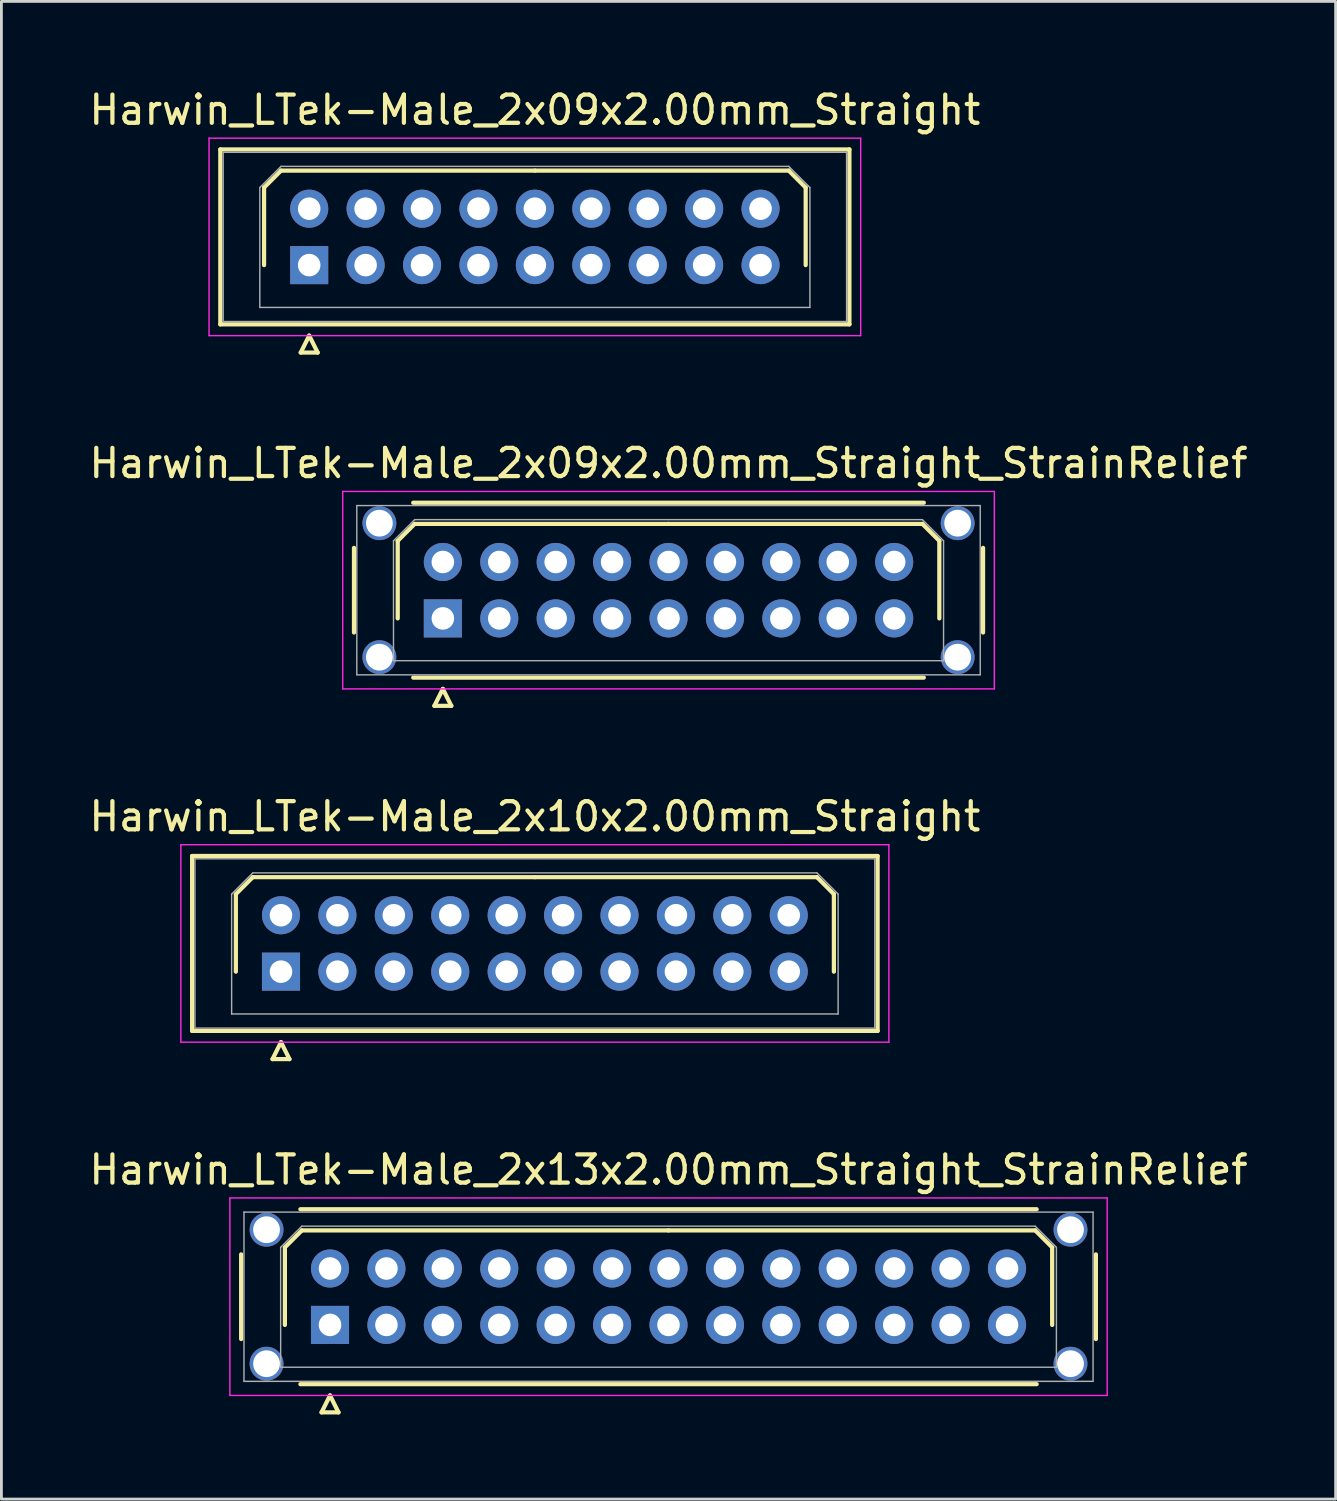
<source format=kicad_pcb>
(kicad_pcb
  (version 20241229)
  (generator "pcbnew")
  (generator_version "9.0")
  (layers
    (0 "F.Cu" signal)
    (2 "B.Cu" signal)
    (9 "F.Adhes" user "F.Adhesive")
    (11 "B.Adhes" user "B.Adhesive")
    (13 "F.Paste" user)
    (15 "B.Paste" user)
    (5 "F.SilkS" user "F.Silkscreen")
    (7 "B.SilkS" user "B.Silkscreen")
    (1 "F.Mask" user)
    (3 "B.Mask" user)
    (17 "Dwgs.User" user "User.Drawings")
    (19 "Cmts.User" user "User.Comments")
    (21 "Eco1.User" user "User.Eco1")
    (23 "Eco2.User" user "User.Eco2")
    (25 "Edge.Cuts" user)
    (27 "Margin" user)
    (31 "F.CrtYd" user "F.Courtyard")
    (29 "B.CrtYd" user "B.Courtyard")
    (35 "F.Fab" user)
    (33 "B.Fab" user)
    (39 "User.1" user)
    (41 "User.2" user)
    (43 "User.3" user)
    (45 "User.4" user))
  (footprint "Harwin_LTek-Male_2x13x2.00mm_Straight_StrainRelief"
    (layer "F.Cu")
    (at 8.649 43.918)
    (property "Reference" "Harwin_LTek-Male_2x13x2.00mm_Straight_StrainRelief" (at 12 -5.5 0) (layer "F.SilkS") (effects (font (size 1 1) (thickness 0.15))))
    (attr through_hole)
    (fp_line (start -3.15 -2.5) (end -3.15 0.5) (stroke (width 0.15) (type solid)) (layer "F.SilkS"))
    (fp_line (start -1.6 -2.75) (end -1 -3.35) (stroke (width 0.15) (type solid)) (layer "F.SilkS"))
    (fp_line (start -1.6 0) (end -1.6 -2.75) (stroke (width 0.15) (type solid)) (layer "F.SilkS"))
    (fp_line (start -1.05 -4.1) (end 25.05 -4.1) (stroke (width 0.15) (type solid)) (layer "F.SilkS"))
    (fp_line (start -1.05 2.1) (end 25.05 2.1) (stroke (width 0.15) (type solid)) (layer "F.SilkS"))
    (fp_line (start -1 -3.35) (end 12 -3.35) (stroke (width 0.15) (type solid)) (layer "F.SilkS"))
    (fp_line (start -0.3 3.1) (end 0.3 3.1) (stroke (width 0.15) (type solid)) (layer "F.SilkS"))
    (fp_line (start 0 2.5) (end -0.3 3.1) (stroke (width 0.15) (type solid)) (layer "F.SilkS"))
    (fp_line (start 0.3 3.1) (end 0 2.5) (stroke (width 0.15) (type solid)) (layer "F.SilkS"))
    (fp_line (start 25 -3.35) (end 12 -3.35) (stroke (width 0.15) (type solid)) (layer "F.SilkS"))
    (fp_line (start 25.6 -2.75) (end 25 -3.35) (stroke (width 0.15) (type solid)) (layer "F.SilkS"))
    (fp_line (start 25.6 0) (end 25.6 -2.75) (stroke (width 0.15) (type solid)) (layer "F.SilkS"))
    (fp_line (start 27.15 -2.5) (end 27.15 0.5) (stroke (width 0.15) (type solid)) (layer "F.SilkS"))
    (fp_line (start -3.55 -4.5) (end -3.55 2.5) (stroke (width 0.05) (type solid)) (layer "F.CrtYd"))
    (fp_line (start -3.55 2.5) (end 27.55 2.5) (stroke (width 0.05) (type solid)) (layer "F.CrtYd"))
    (fp_line (start 27.55 -4.5) (end -3.55 -4.5) (stroke (width 0.05) (type solid)) (layer "F.CrtYd"))
    (fp_line (start 27.55 2.5) (end 27.55 -4.5) (stroke (width 0.05) (type solid)) (layer "F.CrtYd"))
    (fp_line (start -3.05 -4) (end -3.05 2) (stroke (width 0.05) (type solid)) (layer "F.Fab"))
    (fp_line (start -3.05 2) (end 27.05 2) (stroke (width 0.05) (type solid)) (layer "F.Fab"))
    (fp_line (start -1.75 -2.75) (end -1 -3.5) (stroke (width 0.05) (type solid)) (layer "F.Fab"))
    (fp_line (start -1.75 1.5) (end -1.75 -2.75) (stroke (width 0.05) (type solid)) (layer "F.Fab"))
    (fp_line (start -1 -3.5) (end 25 -3.5) (stroke (width 0.05) (type solid)) (layer "F.Fab"))
    (fp_line (start 25 -3.5) (end 25.75 -2.75) (stroke (width 0.05) (type solid)) (layer "F.Fab"))
    (fp_line (start 25.75 -2.75) (end 25.75 1.5) (stroke (width 0.05) (type solid)) (layer "F.Fab"))
    (fp_line (start 25.75 1.5) (end -1.75 1.5) (stroke (width 0.05) (type solid)) (layer "F.Fab"))
    (fp_line (start 27.05 -4) (end -3.05 -4) (stroke (width 0.05) (type solid)) (layer "F.Fab"))
    (fp_line (start 27.05 2) (end 27.05 -4) (stroke (width 0.05) (type solid)) (layer "F.Fab"))
    (pad "" thru_hole circle (at -2.25 -3.375) (size 1.2 1.2) (drill 0.95) (layers "*.Cu" "*.Mask"))
    (pad "" thru_hole circle (at -2.25 1.375) (size 1.2 1.2) (drill 0.95) (layers "*.Cu" "*.Mask"))
    (pad "" thru_hole circle (at 26.25 -3.375) (size 1.2 1.2) (drill 0.95) (layers "*.Cu" "*.Mask"))
    (pad "" thru_hole circle (at 26.25 1.375) (size 1.2 1.2) (drill 0.95) (layers "*.Cu" "*.Mask"))
    (pad "1" thru_hole rect (at 0 0) (size 1.35 1.35) (drill 0.8) (layers "*.Cu" "*.Mask"))
    (pad "2" thru_hole circle (at 0 -2) (size 1.35 1.35) (drill 0.8) (layers "*.Cu" "*.Mask"))
    (pad "3" thru_hole circle (at 2 0) (size 1.35 1.35) (drill 0.8) (layers "*.Cu" "*.Mask"))
    (pad "4" thru_hole circle (at 2 -2) (size 1.35 1.35) (drill 0.8) (layers "*.Cu" "*.Mask"))
    (pad "5" thru_hole circle (at 4 0) (size 1.35 1.35) (drill 0.8) (layers "*.Cu" "*.Mask"))
    (pad "6" thru_hole circle (at 4 -2) (size 1.35 1.35) (drill 0.8) (layers "*.Cu" "*.Mask"))
    (pad "7" thru_hole circle (at 6 0) (size 1.35 1.35) (drill 0.8) (layers "*.Cu" "*.Mask"))
    (pad "8" thru_hole circle (at 6 -2) (size 1.35 1.35) (drill 0.8) (layers "*.Cu" "*.Mask"))
    (pad "9" thru_hole circle (at 8 0) (size 1.35 1.35) (drill 0.8) (layers "*.Cu" "*.Mask"))
    (pad "10" thru_hole circle (at 8 -2) (size 1.35 1.35) (drill 0.8) (layers "*.Cu" "*.Mask"))
    (pad "11" thru_hole circle (at 10 0) (size 1.35 1.35) (drill 0.8) (layers "*.Cu" "*.Mask"))
    (pad "12" thru_hole circle (at 10 -2) (size 1.35 1.35) (drill 0.8) (layers "*.Cu" "*.Mask"))
    (pad "13" thru_hole circle (at 12 0) (size 1.35 1.35) (drill 0.8) (layers "*.Cu" "*.Mask"))
    (pad "14" thru_hole circle (at 12 -2) (size 1.35 1.35) (drill 0.8) (layers "*.Cu" "*.Mask"))
    (pad "15" thru_hole circle (at 14 0) (size 1.35 1.35) (drill 0.8) (layers "*.Cu" "*.Mask"))
    (pad "16" thru_hole circle (at 14 -2) (size 1.35 1.35) (drill 0.8) (layers "*.Cu" "*.Mask"))
    (pad "17" thru_hole circle (at 16 0) (size 1.35 1.35) (drill 0.8) (layers "*.Cu" "*.Mask"))
    (pad "18" thru_hole circle (at 16 -2) (size 1.35 1.35) (drill 0.8) (layers "*.Cu" "*.Mask"))
    (pad "19" thru_hole circle (at 18 0) (size 1.35 1.35) (drill 0.8) (layers "*.Cu" "*.Mask"))
    (pad "20" thru_hole circle (at 18 -2) (size 1.35 1.35) (drill 0.8) (layers "*.Cu" "*.Mask"))
    (pad "21" thru_hole circle (at 20 0) (size 1.35 1.35) (drill 0.8) (layers "*.Cu" "*.Mask"))
    (pad "22" thru_hole circle (at 20 -2) (size 1.35 1.35) (drill 0.8) (layers "*.Cu" "*.Mask"))
    (pad "23" thru_hole circle (at 22 0) (size 1.35 1.35) (drill 0.8) (layers "*.Cu" "*.Mask"))
    (pad "24" thru_hole circle (at 22 -2) (size 1.35 1.35) (drill 0.8) (layers "*.Cu" "*.Mask"))
    (pad "25" thru_hole circle (at 24 0) (size 1.35 1.35) (drill 0.8) (layers "*.Cu" "*.Mask"))
    (pad "26" thru_hole circle (at 24 -2) (size 1.35 1.35) (drill 0.8) (layers "*.Cu" "*.Mask")))
  (footprint "Harwin_LTek-Male_2x10x2.00mm_Straight"
    (layer "F.Cu")
    (at 6.911 31.395)
    (property "Reference" "Harwin_LTek-Male_2x10x2.00mm_Straight" (at 9 -5.5 0) (layer "F.SilkS") (effects (font (size 1 1) (thickness 0.15))))
    (attr through_hole)
    (fp_line (start -3.15 -4.1) (end -3.15 2.1) (stroke (width 0.15) (type solid)) (layer "F.SilkS"))
    (fp_line (start -3.15 2.1) (end 21.15 2.1) (stroke (width 0.15) (type solid)) (layer "F.SilkS"))
    (fp_line (start -1.6 -2.75) (end -1 -3.35) (stroke (width 0.15) (type solid)) (layer "F.SilkS"))
    (fp_line (start -1.6 0) (end -1.6 -2.75) (stroke (width 0.15) (type solid)) (layer "F.SilkS"))
    (fp_line (start -1 -3.35) (end 9 -3.35) (stroke (width 0.15) (type solid)) (layer "F.SilkS"))
    (fp_line (start -0.3 3.1) (end 0.3 3.1) (stroke (width 0.15) (type solid)) (layer "F.SilkS"))
    (fp_line (start 0 2.5) (end -0.3 3.1) (stroke (width 0.15) (type solid)) (layer "F.SilkS"))
    (fp_line (start 0.3 3.1) (end 0 2.5) (stroke (width 0.15) (type solid)) (layer "F.SilkS"))
    (fp_line (start 19 -3.35) (end 9 -3.35) (stroke (width 0.15) (type solid)) (layer "F.SilkS"))
    (fp_line (start 19.6 -2.75) (end 19 -3.35) (stroke (width 0.15) (type solid)) (layer "F.SilkS"))
    (fp_line (start 19.6 0) (end 19.6 -2.75) (stroke (width 0.15) (type solid)) (layer "F.SilkS"))
    (fp_line (start 21.15 -4.1) (end -3.15 -4.1) (stroke (width 0.15) (type solid)) (layer "F.SilkS"))
    (fp_line (start 21.15 2.1) (end 21.15 -4.1) (stroke (width 0.15) (type solid)) (layer "F.SilkS"))
    (fp_line (start -3.55 -4.5) (end -3.55 2.5) (stroke (width 0.05) (type solid)) (layer "F.CrtYd"))
    (fp_line (start -3.55 2.5) (end 21.55 2.5) (stroke (width 0.05) (type solid)) (layer "F.CrtYd"))
    (fp_line (start 21.55 -4.5) (end -3.55 -4.5) (stroke (width 0.05) (type solid)) (layer "F.CrtYd"))
    (fp_line (start 21.55 2.5) (end 21.55 -4.5) (stroke (width 0.05) (type solid)) (layer "F.CrtYd"))
    (fp_line (start -3.05 -4) (end -3.05 2) (stroke (width 0.05) (type solid)) (layer "F.Fab"))
    (fp_line (start -3.05 2) (end 21.05 2) (stroke (width 0.05) (type solid)) (layer "F.Fab"))
    (fp_line (start -1.75 -2.75) (end -1 -3.5) (stroke (width 0.05) (type solid)) (layer "F.Fab"))
    (fp_line (start -1.75 1.5) (end -1.75 -2.75) (stroke (width 0.05) (type solid)) (layer "F.Fab"))
    (fp_line (start -1 -3.5) (end 19 -3.5) (stroke (width 0.05) (type solid)) (layer "F.Fab"))
    (fp_line (start 19 -3.5) (end 19.75 -2.75) (stroke (width 0.05) (type solid)) (layer "F.Fab"))
    (fp_line (start 19.75 -2.75) (end 19.75 1.5) (stroke (width 0.05) (type solid)) (layer "F.Fab"))
    (fp_line (start 19.75 1.5) (end -1.75 1.5) (stroke (width 0.05) (type solid)) (layer "F.Fab"))
    (fp_line (start 21.05 -4) (end -3.05 -4) (stroke (width 0.05) (type solid)) (layer "F.Fab"))
    (fp_line (start 21.05 2) (end 21.05 -4) (stroke (width 0.05) (type solid)) (layer "F.Fab"))
    (pad "1" thru_hole rect (at 0 0) (size 1.35 1.35) (drill 0.8) (layers "*.Cu" "*.Mask"))
    (pad "2" thru_hole circle (at 0 -2) (size 1.35 1.35) (drill 0.8) (layers "*.Cu" "*.Mask"))
    (pad "3" thru_hole circle (at 2 0) (size 1.35 1.35) (drill 0.8) (layers "*.Cu" "*.Mask"))
    (pad "4" thru_hole circle (at 2 -2) (size 1.35 1.35) (drill 0.8) (layers "*.Cu" "*.Mask"))
    (pad "5" thru_hole circle (at 4 0) (size 1.35 1.35) (drill 0.8) (layers "*.Cu" "*.Mask"))
    (pad "6" thru_hole circle (at 4 -2) (size 1.35 1.35) (drill 0.8) (layers "*.Cu" "*.Mask"))
    (pad "7" thru_hole circle (at 6 0) (size 1.35 1.35) (drill 0.8) (layers "*.Cu" "*.Mask"))
    (pad "8" thru_hole circle (at 6 -2) (size 1.35 1.35) (drill 0.8) (layers "*.Cu" "*.Mask"))
    (pad "9" thru_hole circle (at 8 0) (size 1.35 1.35) (drill 0.8) (layers "*.Cu" "*.Mask"))
    (pad "10" thru_hole circle (at 8 -2) (size 1.35 1.35) (drill 0.8) (layers "*.Cu" "*.Mask"))
    (pad "11" thru_hole circle (at 10 0) (size 1.35 1.35) (drill 0.8) (layers "*.Cu" "*.Mask"))
    (pad "12" thru_hole circle (at 10 -2) (size 1.35 1.35) (drill 0.8) (layers "*.Cu" "*.Mask"))
    (pad "13" thru_hole circle (at 12 0) (size 1.35 1.35) (drill 0.8) (layers "*.Cu" "*.Mask"))
    (pad "14" thru_hole circle (at 12 -2) (size 1.35 1.35) (drill 0.8) (layers "*.Cu" "*.Mask"))
    (pad "15" thru_hole circle (at 14 0) (size 1.35 1.35) (drill 0.8) (layers "*.Cu" "*.Mask"))
    (pad "16" thru_hole circle (at 14 -2) (size 1.35 1.35) (drill 0.8) (layers "*.Cu" "*.Mask"))
    (pad "17" thru_hole circle (at 16 0) (size 1.35 1.35) (drill 0.8) (layers "*.Cu" "*.Mask"))
    (pad "18" thru_hole circle (at 16 -2) (size 1.35 1.35) (drill 0.8) (layers "*.Cu" "*.Mask"))
    (pad "19" thru_hole circle (at 18 0) (size 1.35 1.35) (drill 0.8) (layers "*.Cu" "*.Mask"))
    (pad "20" thru_hole circle (at 18 -2) (size 1.35 1.35) (drill 0.8) (layers "*.Cu" "*.Mask")))
  (footprint "Harwin_LTek-Male_2x09x2.00mm_Straight_StrainRelief"
    (layer "F.Cu")
    (at 12.649 18.872)
    (property "Reference" "Harwin_LTek-Male_2x09x2.00mm_Straight_StrainRelief" (at 8 -5.5 0) (layer "F.SilkS") (effects (font (size 1 1) (thickness 0.15))))
    (attr through_hole)
    (fp_line (start -3.15 -2.5) (end -3.15 0.5) (stroke (width 0.15) (type solid)) (layer "F.SilkS"))
    (fp_line (start -1.6 -2.75) (end -1 -3.35) (stroke (width 0.15) (type solid)) (layer "F.SilkS"))
    (fp_line (start -1.6 0) (end -1.6 -2.75) (stroke (width 0.15) (type solid)) (layer "F.SilkS"))
    (fp_line (start -1.05 -4.1) (end 17.05 -4.1) (stroke (width 0.15) (type solid)) (layer "F.SilkS"))
    (fp_line (start -1.05 2.1) (end 17.05 2.1) (stroke (width 0.15) (type solid)) (layer "F.SilkS"))
    (fp_line (start -1 -3.35) (end 8 -3.35) (stroke (width 0.15) (type solid)) (layer "F.SilkS"))
    (fp_line (start -0.3 3.1) (end 0.3 3.1) (stroke (width 0.15) (type solid)) (layer "F.SilkS"))
    (fp_line (start 0 2.5) (end -0.3 3.1) (stroke (width 0.15) (type solid)) (layer "F.SilkS"))
    (fp_line (start 0.3 3.1) (end 0 2.5) (stroke (width 0.15) (type solid)) (layer "F.SilkS"))
    (fp_line (start 17 -3.35) (end 8 -3.35) (stroke (width 0.15) (type solid)) (layer "F.SilkS"))
    (fp_line (start 17.6 -2.75) (end 17 -3.35) (stroke (width 0.15) (type solid)) (layer "F.SilkS"))
    (fp_line (start 17.6 0) (end 17.6 -2.75) (stroke (width 0.15) (type solid)) (layer "F.SilkS"))
    (fp_line (start 19.15 -2.5) (end 19.15 0.5) (stroke (width 0.15) (type solid)) (layer "F.SilkS"))
    (fp_line (start -3.55 -4.5) (end -3.55 2.5) (stroke (width 0.05) (type solid)) (layer "F.CrtYd"))
    (fp_line (start -3.55 2.5) (end 19.55 2.5) (stroke (width 0.05) (type solid)) (layer "F.CrtYd"))
    (fp_line (start 19.55 -4.5) (end -3.55 -4.5) (stroke (width 0.05) (type solid)) (layer "F.CrtYd"))
    (fp_line (start 19.55 2.5) (end 19.55 -4.5) (stroke (width 0.05) (type solid)) (layer "F.CrtYd"))
    (fp_line (start -3.05 -4) (end -3.05 2) (stroke (width 0.05) (type solid)) (layer "F.Fab"))
    (fp_line (start -3.05 2) (end 19.05 2) (stroke (width 0.05) (type solid)) (layer "F.Fab"))
    (fp_line (start -1.75 -2.75) (end -1 -3.5) (stroke (width 0.05) (type solid)) (layer "F.Fab"))
    (fp_line (start -1.75 1.5) (end -1.75 -2.75) (stroke (width 0.05) (type solid)) (layer "F.Fab"))
    (fp_line (start -1 -3.5) (end 17 -3.5) (stroke (width 0.05) (type solid)) (layer "F.Fab"))
    (fp_line (start 17 -3.5) (end 17.75 -2.75) (stroke (width 0.05) (type solid)) (layer "F.Fab"))
    (fp_line (start 17.75 -2.75) (end 17.75 1.5) (stroke (width 0.05) (type solid)) (layer "F.Fab"))
    (fp_line (start 17.75 1.5) (end -1.75 1.5) (stroke (width 0.05) (type solid)) (layer "F.Fab"))
    (fp_line (start 19.05 -4) (end -3.05 -4) (stroke (width 0.05) (type solid)) (layer "F.Fab"))
    (fp_line (start 19.05 2) (end 19.05 -4) (stroke (width 0.05) (type solid)) (layer "F.Fab"))
    (pad "" thru_hole circle (at -2.25 -3.375) (size 1.2 1.2) (drill 0.95) (layers "*.Cu" "*.Mask"))
    (pad "" thru_hole circle (at -2.25 1.375) (size 1.2 1.2) (drill 0.95) (layers "*.Cu" "*.Mask"))
    (pad "" thru_hole circle (at 18.25 -3.375) (size 1.2 1.2) (drill 0.95) (layers "*.Cu" "*.Mask"))
    (pad "" thru_hole circle (at 18.25 1.375) (size 1.2 1.2) (drill 0.95) (layers "*.Cu" "*.Mask"))
    (pad "1" thru_hole rect (at 0 0) (size 1.35 1.35) (drill 0.8) (layers "*.Cu" "*.Mask"))
    (pad "2" thru_hole circle (at 0 -2) (size 1.35 1.35) (drill 0.8) (layers "*.Cu" "*.Mask"))
    (pad "3" thru_hole circle (at 2 0) (size 1.35 1.35) (drill 0.8) (layers "*.Cu" "*.Mask"))
    (pad "4" thru_hole circle (at 2 -2) (size 1.35 1.35) (drill 0.8) (layers "*.Cu" "*.Mask"))
    (pad "5" thru_hole circle (at 4 0) (size 1.35 1.35) (drill 0.8) (layers "*.Cu" "*.Mask"))
    (pad "6" thru_hole circle (at 4 -2) (size 1.35 1.35) (drill 0.8) (layers "*.Cu" "*.Mask"))
    (pad "7" thru_hole circle (at 6 0) (size 1.35 1.35) (drill 0.8) (layers "*.Cu" "*.Mask"))
    (pad "8" thru_hole circle (at 6 -2) (size 1.35 1.35) (drill 0.8) (layers "*.Cu" "*.Mask"))
    (pad "9" thru_hole circle (at 8 0) (size 1.35 1.35) (drill 0.8) (layers "*.Cu" "*.Mask"))
    (pad "10" thru_hole circle (at 8 -2) (size 1.35 1.35) (drill 0.8) (layers "*.Cu" "*.Mask"))
    (pad "11" thru_hole circle (at 10 0) (size 1.35 1.35) (drill 0.8) (layers "*.Cu" "*.Mask"))
    (pad "12" thru_hole circle (at 10 -2) (size 1.35 1.35) (drill 0.8) (layers "*.Cu" "*.Mask"))
    (pad "13" thru_hole circle (at 12 0) (size 1.35 1.35) (drill 0.8) (layers "*.Cu" "*.Mask"))
    (pad "14" thru_hole circle (at 12 -2) (size 1.35 1.35) (drill 0.8) (layers "*.Cu" "*.Mask"))
    (pad "15" thru_hole circle (at 14 0) (size 1.35 1.35) (drill 0.8) (layers "*.Cu" "*.Mask"))
    (pad "16" thru_hole circle (at 14 -2) (size 1.35 1.35) (drill 0.8) (layers "*.Cu" "*.Mask"))
    (pad "17" thru_hole circle (at 16 0) (size 1.35 1.35) (drill 0.8) (layers "*.Cu" "*.Mask"))
    (pad "18" thru_hole circle (at 16 -2) (size 1.35 1.35) (drill 0.8) (layers "*.Cu" "*.Mask")))
  (footprint "Harwin_LTek-Male_2x09x2.00mm_Straight"
    (layer "F.Cu")
    (at 7.911 6.348)
    (property "Reference" "Harwin_LTek-Male_2x09x2.00mm_Straight" (at 8 -5.5 0) (layer "F.SilkS") (effects (font (size 1 1) (thickness 0.15))))
    (attr through_hole)
    (fp_line (start -3.15 -4.1) (end -3.15 2.1) (stroke (width 0.15) (type solid)) (layer "F.SilkS"))
    (fp_line (start -3.15 2.1) (end 19.15 2.1) (stroke (width 0.15) (type solid)) (layer "F.SilkS"))
    (fp_line (start -1.6 -2.75) (end -1 -3.35) (stroke (width 0.15) (type solid)) (layer "F.SilkS"))
    (fp_line (start -1.6 0) (end -1.6 -2.75) (stroke (width 0.15) (type solid)) (layer "F.SilkS"))
    (fp_line (start -1 -3.35) (end 8 -3.35) (stroke (width 0.15) (type solid)) (layer "F.SilkS"))
    (fp_line (start -0.3 3.1) (end 0.3 3.1) (stroke (width 0.15) (type solid)) (layer "F.SilkS"))
    (fp_line (start 0 2.5) (end -0.3 3.1) (stroke (width 0.15) (type solid)) (layer "F.SilkS"))
    (fp_line (start 0.3 3.1) (end 0 2.5) (stroke (width 0.15) (type solid)) (layer "F.SilkS"))
    (fp_line (start 17 -3.35) (end 8 -3.35) (stroke (width 0.15) (type solid)) (layer "F.SilkS"))
    (fp_line (start 17.6 -2.75) (end 17 -3.35) (stroke (width 0.15) (type solid)) (layer "F.SilkS"))
    (fp_line (start 17.6 0) (end 17.6 -2.75) (stroke (width 0.15) (type solid)) (layer "F.SilkS"))
    (fp_line (start 19.15 -4.1) (end -3.15 -4.1) (stroke (width 0.15) (type solid)) (layer "F.SilkS"))
    (fp_line (start 19.15 2.1) (end 19.15 -4.1) (stroke (width 0.15) (type solid)) (layer "F.SilkS"))
    (fp_line (start -3.55 -4.5) (end -3.55 2.5) (stroke (width 0.05) (type solid)) (layer "F.CrtYd"))
    (fp_line (start -3.55 2.5) (end 19.55 2.5) (stroke (width 0.05) (type solid)) (layer "F.CrtYd"))
    (fp_line (start 19.55 -4.5) (end -3.55 -4.5) (stroke (width 0.05) (type solid)) (layer "F.CrtYd"))
    (fp_line (start 19.55 2.5) (end 19.55 -4.5) (stroke (width 0.05) (type solid)) (layer "F.CrtYd"))
    (fp_line (start -3.05 -4) (end -3.05 2) (stroke (width 0.05) (type solid)) (layer "F.Fab"))
    (fp_line (start -3.05 2) (end 19.05 2) (stroke (width 0.05) (type solid)) (layer "F.Fab"))
    (fp_line (start -1.75 -2.75) (end -1 -3.5) (stroke (width 0.05) (type solid)) (layer "F.Fab"))
    (fp_line (start -1.75 1.5) (end -1.75 -2.75) (stroke (width 0.05) (type solid)) (layer "F.Fab"))
    (fp_line (start -1 -3.5) (end 17 -3.5) (stroke (width 0.05) (type solid)) (layer "F.Fab"))
    (fp_line (start 17 -3.5) (end 17.75 -2.75) (stroke (width 0.05) (type solid)) (layer "F.Fab"))
    (fp_line (start 17.75 -2.75) (end 17.75 1.5) (stroke (width 0.05) (type solid)) (layer "F.Fab"))
    (fp_line (start 17.75 1.5) (end -1.75 1.5) (stroke (width 0.05) (type solid)) (layer "F.Fab"))
    (fp_line (start 19.05 -4) (end -3.05 -4) (stroke (width 0.05) (type solid)) (layer "F.Fab"))
    (fp_line (start 19.05 2) (end 19.05 -4) (stroke (width 0.05) (type solid)) (layer "F.Fab"))
    (pad "1" thru_hole rect (at 0 0) (size 1.35 1.35) (drill 0.8) (layers "*.Cu" "*.Mask"))
    (pad "2" thru_hole circle (at 0 -2) (size 1.35 1.35) (drill 0.8) (layers "*.Cu" "*.Mask"))
    (pad "3" thru_hole circle (at 2 0) (size 1.35 1.35) (drill 0.8) (layers "*.Cu" "*.Mask"))
    (pad "4" thru_hole circle (at 2 -2) (size 1.35 1.35) (drill 0.8) (layers "*.Cu" "*.Mask"))
    (pad "5" thru_hole circle (at 4 0) (size 1.35 1.35) (drill 0.8) (layers "*.Cu" "*.Mask"))
    (pad "6" thru_hole circle (at 4 -2) (size 1.35 1.35) (drill 0.8) (layers "*.Cu" "*.Mask"))
    (pad "7" thru_hole circle (at 6 0) (size 1.35 1.35) (drill 0.8) (layers "*.Cu" "*.Mask"))
    (pad "8" thru_hole circle (at 6 -2) (size 1.35 1.35) (drill 0.8) (layers "*.Cu" "*.Mask"))
    (pad "9" thru_hole circle (at 8 0) (size 1.35 1.35) (drill 0.8) (layers "*.Cu" "*.Mask"))
    (pad "10" thru_hole circle (at 8 -2) (size 1.35 1.35) (drill 0.8) (layers "*.Cu" "*.Mask"))
    (pad "11" thru_hole circle (at 10 0) (size 1.35 1.35) (drill 0.8) (layers "*.Cu" "*.Mask"))
    (pad "12" thru_hole circle (at 10 -2) (size 1.35 1.35) (drill 0.8) (layers "*.Cu" "*.Mask"))
    (pad "13" thru_hole circle (at 12 0) (size 1.35 1.35) (drill 0.8) (layers "*.Cu" "*.Mask"))
    (pad "14" thru_hole circle (at 12 -2) (size 1.35 1.35) (drill 0.8) (layers "*.Cu" "*.Mask"))
    (pad "15" thru_hole circle (at 14 0) (size 1.35 1.35) (drill 0.8) (layers "*.Cu" "*.Mask"))
    (pad "16" thru_hole circle (at 14 -2) (size 1.35 1.35) (drill 0.8) (layers "*.Cu" "*.Mask"))
    (pad "17" thru_hole circle (at 16 0) (size 1.35 1.35) (drill 0.8) (layers "*.Cu" "*.Mask"))
    (pad "18" thru_hole circle (at 16 -2) (size 1.35 1.35) (drill 0.8) (layers "*.Cu" "*.Mask")))
  (gr_rect
    (start -3 -3)
    (end 44.298 50.093)
    (stroke (width 0.1) (type default))
    (fill no)
    (layer "Edge.Cuts")))
</source>
